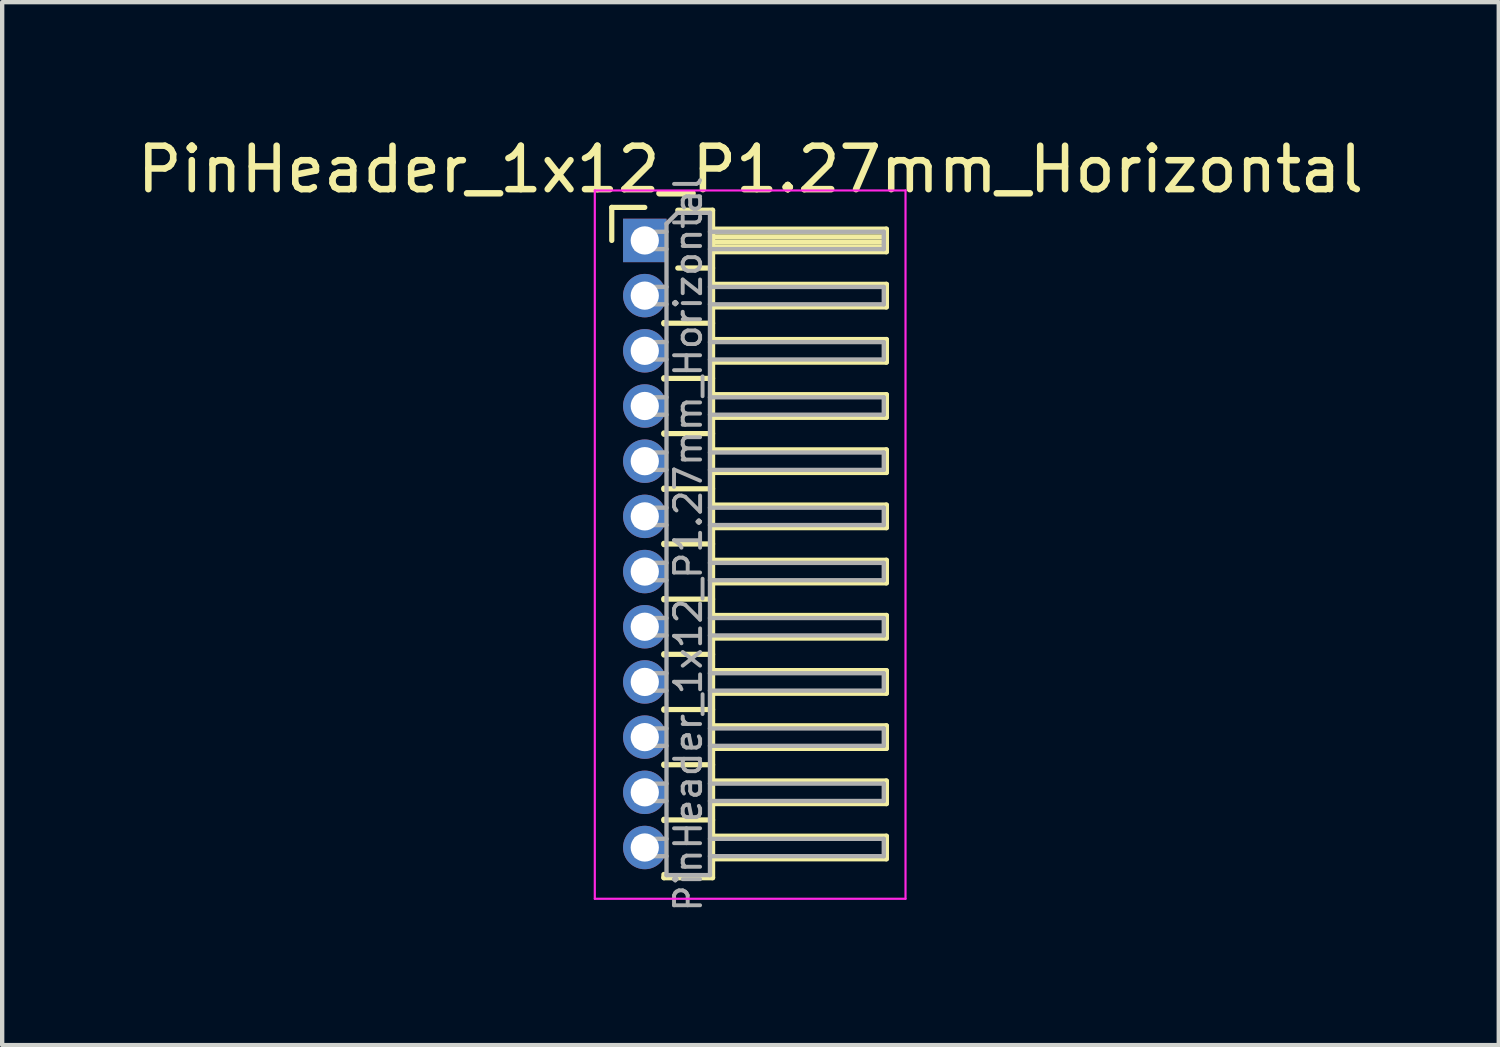
<source format=kicad_pcb>
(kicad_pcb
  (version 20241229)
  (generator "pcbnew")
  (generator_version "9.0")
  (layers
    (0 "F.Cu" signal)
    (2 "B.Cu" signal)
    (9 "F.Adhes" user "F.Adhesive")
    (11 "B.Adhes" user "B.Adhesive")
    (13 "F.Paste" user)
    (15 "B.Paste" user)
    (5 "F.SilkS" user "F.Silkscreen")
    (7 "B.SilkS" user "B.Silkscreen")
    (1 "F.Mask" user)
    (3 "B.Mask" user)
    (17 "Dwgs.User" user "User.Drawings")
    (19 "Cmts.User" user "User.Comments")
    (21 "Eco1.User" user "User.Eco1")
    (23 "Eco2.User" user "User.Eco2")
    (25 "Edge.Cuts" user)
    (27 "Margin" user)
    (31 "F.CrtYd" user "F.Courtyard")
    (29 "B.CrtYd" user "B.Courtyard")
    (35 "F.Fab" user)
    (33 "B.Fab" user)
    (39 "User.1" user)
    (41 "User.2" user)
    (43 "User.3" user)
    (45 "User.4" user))
  (footprint "PinHeader_1x12_P1.27mm_Horizontal"
    (layer "F.Cu")
    (at 11.788 2.483)
    (property "Reference" "PinHeader_1x12_P1.27mm_Horizontal" (at 2.433 -1.635 0) (layer "F.SilkS") (effects (font (size 1 1) (thickness 0.15))))
    (attr through_hole)
    (fp_line (start -0.76 -0.76) (end 0 -0.76) (stroke (width 0.12) (type solid)) (layer "F.SilkS"))
    (fp_line (start -0.76 0) (end -0.76 -0.76) (stroke (width 0.12) (type solid)) (layer "F.SilkS"))
    (fp_line (start 0.44 1.89) (end 0.44 1.92) (stroke (width 0.12) (type solid)) (layer "F.SilkS"))
    (fp_line (start 0.44 1.905) (end 1.56 1.905) (stroke (width 0.12) (type solid)) (layer "F.SilkS"))
    (fp_line (start 0.44 3.16) (end 0.44 3.19) (stroke (width 0.12) (type solid)) (layer "F.SilkS"))
    (fp_line (start 0.44 3.175) (end 1.56 3.175) (stroke (width 0.12) (type solid)) (layer "F.SilkS"))
    (fp_line (start 0.44 4.43) (end 0.44 4.46) (stroke (width 0.12) (type solid)) (layer "F.SilkS"))
    (fp_line (start 0.44 4.445) (end 1.56 4.445) (stroke (width 0.12) (type solid)) (layer "F.SilkS"))
    (fp_line (start 0.44 5.7) (end 0.44 5.73) (stroke (width 0.12) (type solid)) (layer "F.SilkS"))
    (fp_line (start 0.44 5.715) (end 1.56 5.715) (stroke (width 0.12) (type solid)) (layer "F.SilkS"))
    (fp_line (start 0.44 6.97) (end 0.44 7) (stroke (width 0.12) (type solid)) (layer "F.SilkS"))
    (fp_line (start 0.44 6.985) (end 1.56 6.985) (stroke (width 0.12) (type solid)) (layer "F.SilkS"))
    (fp_line (start 0.44 8.24) (end 0.44 8.27) (stroke (width 0.12) (type solid)) (layer "F.SilkS"))
    (fp_line (start 0.44 8.255) (end 1.56 8.255) (stroke (width 0.12) (type solid)) (layer "F.SilkS"))
    (fp_line (start 0.44 9.51) (end 0.44 9.54) (stroke (width 0.12) (type solid)) (layer "F.SilkS"))
    (fp_line (start 0.44 9.525) (end 1.56 9.525) (stroke (width 0.12) (type solid)) (layer "F.SilkS"))
    (fp_line (start 0.44 10.78) (end 0.44 10.81) (stroke (width 0.12) (type solid)) (layer "F.SilkS"))
    (fp_line (start 0.44 10.795) (end 1.56 10.795) (stroke (width 0.12) (type solid)) (layer "F.SilkS"))
    (fp_line (start 0.44 12.05) (end 0.44 12.08) (stroke (width 0.12) (type solid)) (layer "F.SilkS"))
    (fp_line (start 0.44 12.065) (end 1.56 12.065) (stroke (width 0.12) (type solid)) (layer "F.SilkS"))
    (fp_line (start 0.44 13.32) (end 0.44 13.35) (stroke (width 0.12) (type solid)) (layer "F.SilkS"))
    (fp_line (start 0.44 13.335) (end 1.56 13.335) (stroke (width 0.12) (type solid)) (layer "F.SilkS"))
    (fp_line (start 0.44 14.665) (end 0.44 14.59) (stroke (width 0.12) (type solid)) (layer "F.SilkS"))
    (fp_line (start 0.76 -0.695) (end 1.56 -0.695) (stroke (width 0.12) (type solid)) (layer "F.SilkS"))
    (fp_line (start 0.76 0.635) (end 1.56 0.635) (stroke (width 0.12) (type solid)) (layer "F.SilkS"))
    (fp_line (start 1.56 -0.695) (end 1.56 14.665) (stroke (width 0.12) (type solid)) (layer "F.SilkS"))
    (fp_line (start 1.56 -0.26) (end 5.56 -0.26) (stroke (width 0.12) (type solid)) (layer "F.SilkS"))
    (fp_line (start 1.56 -0.2) (end 5.56 -0.2) (stroke (width 0.12) (type solid)) (layer "F.SilkS"))
    (fp_line (start 1.56 -0.08) (end 5.56 -0.08) (stroke (width 0.12) (type solid)) (layer "F.SilkS"))
    (fp_line (start 1.56 0.04) (end 5.56 0.04) (stroke (width 0.12) (type solid)) (layer "F.SilkS"))
    (fp_line (start 1.56 0.16) (end 5.56 0.16) (stroke (width 0.12) (type solid)) (layer "F.SilkS"))
    (fp_line (start 1.56 1.01) (end 5.56 1.01) (stroke (width 0.12) (type solid)) (layer "F.SilkS"))
    (fp_line (start 1.56 2.28) (end 5.56 2.28) (stroke (width 0.12) (type solid)) (layer "F.SilkS"))
    (fp_line (start 1.56 3.55) (end 5.56 3.55) (stroke (width 0.12) (type solid)) (layer "F.SilkS"))
    (fp_line (start 1.56 4.82) (end 5.56 4.82) (stroke (width 0.12) (type solid)) (layer "F.SilkS"))
    (fp_line (start 1.56 6.09) (end 5.56 6.09) (stroke (width 0.12) (type solid)) (layer "F.SilkS"))
    (fp_line (start 1.56 7.36) (end 5.56 7.36) (stroke (width 0.12) (type solid)) (layer "F.SilkS"))
    (fp_line (start 1.56 8.63) (end 5.56 8.63) (stroke (width 0.12) (type solid)) (layer "F.SilkS"))
    (fp_line (start 1.56 9.9) (end 5.56 9.9) (stroke (width 0.12) (type solid)) (layer "F.SilkS"))
    (fp_line (start 1.56 11.17) (end 5.56 11.17) (stroke (width 0.12) (type solid)) (layer "F.SilkS"))
    (fp_line (start 1.56 12.44) (end 5.56 12.44) (stroke (width 0.12) (type solid)) (layer "F.SilkS"))
    (fp_line (start 1.56 13.71) (end 5.56 13.71) (stroke (width 0.12) (type solid)) (layer "F.SilkS"))
    (fp_line (start 1.56 14.665) (end 0.44 14.665) (stroke (width 0.12) (type solid)) (layer "F.SilkS"))
    (fp_line (start 5.56 -0.26) (end 5.56 0.26) (stroke (width 0.12) (type solid)) (layer "F.SilkS"))
    (fp_line (start 5.56 0.26) (end 1.56 0.26) (stroke (width 0.12) (type solid)) (layer "F.SilkS"))
    (fp_line (start 5.56 1.01) (end 5.56 1.53) (stroke (width 0.12) (type solid)) (layer "F.SilkS"))
    (fp_line (start 5.56 1.53) (end 1.56 1.53) (stroke (width 0.12) (type solid)) (layer "F.SilkS"))
    (fp_line (start 5.56 2.28) (end 5.56 2.8) (stroke (width 0.12) (type solid)) (layer "F.SilkS"))
    (fp_line (start 5.56 2.8) (end 1.56 2.8) (stroke (width 0.12) (type solid)) (layer "F.SilkS"))
    (fp_line (start 5.56 3.55) (end 5.56 4.07) (stroke (width 0.12) (type solid)) (layer "F.SilkS"))
    (fp_line (start 5.56 4.07) (end 1.56 4.07) (stroke (width 0.12) (type solid)) (layer "F.SilkS"))
    (fp_line (start 5.56 4.82) (end 5.56 5.34) (stroke (width 0.12) (type solid)) (layer "F.SilkS"))
    (fp_line (start 5.56 5.34) (end 1.56 5.34) (stroke (width 0.12) (type solid)) (layer "F.SilkS"))
    (fp_line (start 5.56 6.09) (end 5.56 6.61) (stroke (width 0.12) (type solid)) (layer "F.SilkS"))
    (fp_line (start 5.56 6.61) (end 1.56 6.61) (stroke (width 0.12) (type solid)) (layer "F.SilkS"))
    (fp_line (start 5.56 7.36) (end 5.56 7.88) (stroke (width 0.12) (type solid)) (layer "F.SilkS"))
    (fp_line (start 5.56 7.88) (end 1.56 7.88) (stroke (width 0.12) (type solid)) (layer "F.SilkS"))
    (fp_line (start 5.56 8.63) (end 5.56 9.15) (stroke (width 0.12) (type solid)) (layer "F.SilkS"))
    (fp_line (start 5.56 9.15) (end 1.56 9.15) (stroke (width 0.12) (type solid)) (layer "F.SilkS"))
    (fp_line (start 5.56 9.9) (end 5.56 10.42) (stroke (width 0.12) (type solid)) (layer "F.SilkS"))
    (fp_line (start 5.56 10.42) (end 1.56 10.42) (stroke (width 0.12) (type solid)) (layer "F.SilkS"))
    (fp_line (start 5.56 11.17) (end 5.56 11.69) (stroke (width 0.12) (type solid)) (layer "F.SilkS"))
    (fp_line (start 5.56 11.69) (end 1.56 11.69) (stroke (width 0.12) (type solid)) (layer "F.SilkS"))
    (fp_line (start 5.56 12.44) (end 5.56 12.96) (stroke (width 0.12) (type solid)) (layer "F.SilkS"))
    (fp_line (start 5.56 12.96) (end 1.56 12.96) (stroke (width 0.12) (type solid)) (layer "F.SilkS"))
    (fp_line (start 5.56 13.71) (end 5.56 14.23) (stroke (width 0.12) (type solid)) (layer "F.SilkS"))
    (fp_line (start 5.56 14.23) (end 1.56 14.23) (stroke (width 0.12) (type solid)) (layer "F.SilkS"))
    (fp_line (start -1.15 -1.15) (end -1.15 15.15) (stroke (width 0.05) (type solid)) (layer "F.CrtYd"))
    (fp_line (start -1.15 15.15) (end 6 15.15) (stroke (width 0.05) (type solid)) (layer "F.CrtYd"))
    (fp_line (start 6 -1.15) (end -1.15 -1.15) (stroke (width 0.05) (type solid)) (layer "F.CrtYd"))
    (fp_line (start 6 15.15) (end 6 -1.15) (stroke (width 0.05) (type solid)) (layer "F.CrtYd"))
    (fp_line (start -0.2 -0.2) (end -0.2 0.2) (stroke (width 0.1) (type solid)) (layer "F.Fab"))
    (fp_line (start -0.2 -0.2) (end 0.5 -0.2) (stroke (width 0.1) (type solid)) (layer "F.Fab"))
    (fp_line (start -0.2 0.2) (end 0.5 0.2) (stroke (width 0.1) (type solid)) (layer "F.Fab"))
    (fp_line (start -0.2 1.07) (end -0.2 1.47) (stroke (width 0.1) (type solid)) (layer "F.Fab"))
    (fp_line (start -0.2 1.07) (end 0.5 1.07) (stroke (width 0.1) (type solid)) (layer "F.Fab"))
    (fp_line (start -0.2 1.47) (end 0.5 1.47) (stroke (width 0.1) (type solid)) (layer "F.Fab"))
    (fp_line (start -0.2 2.34) (end -0.2 2.74) (stroke (width 0.1) (type solid)) (layer "F.Fab"))
    (fp_line (start -0.2 2.34) (end 0.5 2.34) (stroke (width 0.1) (type solid)) (layer "F.Fab"))
    (fp_line (start -0.2 2.74) (end 0.5 2.74) (stroke (width 0.1) (type solid)) (layer "F.Fab"))
    (fp_line (start -0.2 3.61) (end -0.2 4.01) (stroke (width 0.1) (type solid)) (layer "F.Fab"))
    (fp_line (start -0.2 3.61) (end 0.5 3.61) (stroke (width 0.1) (type solid)) (layer "F.Fab"))
    (fp_line (start -0.2 4.01) (end 0.5 4.01) (stroke (width 0.1) (type solid)) (layer "F.Fab"))
    (fp_line (start -0.2 4.88) (end -0.2 5.28) (stroke (width 0.1) (type solid)) (layer "F.Fab"))
    (fp_line (start -0.2 4.88) (end 0.5 4.88) (stroke (width 0.1) (type solid)) (layer "F.Fab"))
    (fp_line (start -0.2 5.28) (end 0.5 5.28) (stroke (width 0.1) (type solid)) (layer "F.Fab"))
    (fp_line (start -0.2 6.15) (end -0.2 6.55) (stroke (width 0.1) (type solid)) (layer "F.Fab"))
    (fp_line (start -0.2 6.15) (end 0.5 6.15) (stroke (width 0.1) (type solid)) (layer "F.Fab"))
    (fp_line (start -0.2 6.55) (end 0.5 6.55) (stroke (width 0.1) (type solid)) (layer "F.Fab"))
    (fp_line (start -0.2 7.42) (end -0.2 7.82) (stroke (width 0.1) (type solid)) (layer "F.Fab"))
    (fp_line (start -0.2 7.42) (end 0.5 7.42) (stroke (width 0.1) (type solid)) (layer "F.Fab"))
    (fp_line (start -0.2 7.82) (end 0.5 7.82) (stroke (width 0.1) (type solid)) (layer "F.Fab"))
    (fp_line (start -0.2 8.69) (end -0.2 9.09) (stroke (width 0.1) (type solid)) (layer "F.Fab"))
    (fp_line (start -0.2 8.69) (end 0.5 8.69) (stroke (width 0.1) (type solid)) (layer "F.Fab"))
    (fp_line (start -0.2 9.09) (end 0.5 9.09) (stroke (width 0.1) (type solid)) (layer "F.Fab"))
    (fp_line (start -0.2 9.96) (end -0.2 10.36) (stroke (width 0.1) (type solid)) (layer "F.Fab"))
    (fp_line (start -0.2 9.96) (end 0.5 9.96) (stroke (width 0.1) (type solid)) (layer "F.Fab"))
    (fp_line (start -0.2 10.36) (end 0.5 10.36) (stroke (width 0.1) (type solid)) (layer "F.Fab"))
    (fp_line (start -0.2 11.23) (end -0.2 11.63) (stroke (width 0.1) (type solid)) (layer "F.Fab"))
    (fp_line (start -0.2 11.23) (end 0.5 11.23) (stroke (width 0.1) (type solid)) (layer "F.Fab"))
    (fp_line (start -0.2 11.63) (end 0.5 11.63) (stroke (width 0.1) (type solid)) (layer "F.Fab"))
    (fp_line (start -0.2 12.5) (end -0.2 12.9) (stroke (width 0.1) (type solid)) (layer "F.Fab"))
    (fp_line (start -0.2 12.5) (end 0.5 12.5) (stroke (width 0.1) (type solid)) (layer "F.Fab"))
    (fp_line (start -0.2 12.9) (end 0.5 12.9) (stroke (width 0.1) (type solid)) (layer "F.Fab"))
    (fp_line (start -0.2 13.77) (end -0.2 14.17) (stroke (width 0.1) (type solid)) (layer "F.Fab"))
    (fp_line (start -0.2 13.77) (end 0.5 13.77) (stroke (width 0.1) (type solid)) (layer "F.Fab"))
    (fp_line (start -0.2 14.17) (end 0.5 14.17) (stroke (width 0.1) (type solid)) (layer "F.Fab"))
    (fp_line (start 0.5 -0.385) (end 0.75 -0.635) (stroke (width 0.1) (type solid)) (layer "F.Fab"))
    (fp_line (start 0.5 14.605) (end 0.5 -0.385) (stroke (width 0.1) (type solid)) (layer "F.Fab"))
    (fp_line (start 0.75 -0.635) (end 1.5 -0.635) (stroke (width 0.1) (type solid)) (layer "F.Fab"))
    (fp_line (start 1.5 -0.635) (end 1.5 14.605) (stroke (width 0.1) (type solid)) (layer "F.Fab"))
    (fp_line (start 1.5 -0.2) (end 5.5 -0.2) (stroke (width 0.1) (type solid)) (layer "F.Fab"))
    (fp_line (start 1.5 0.2) (end 5.5 0.2) (stroke (width 0.1) (type solid)) (layer "F.Fab"))
    (fp_line (start 1.5 1.07) (end 5.5 1.07) (stroke (width 0.1) (type solid)) (layer "F.Fab"))
    (fp_line (start 1.5 1.47) (end 5.5 1.47) (stroke (width 0.1) (type solid)) (layer "F.Fab"))
    (fp_line (start 1.5 2.34) (end 5.5 2.34) (stroke (width 0.1) (type solid)) (layer "F.Fab"))
    (fp_line (start 1.5 2.74) (end 5.5 2.74) (stroke (width 0.1) (type solid)) (layer "F.Fab"))
    (fp_line (start 1.5 3.61) (end 5.5 3.61) (stroke (width 0.1) (type solid)) (layer "F.Fab"))
    (fp_line (start 1.5 4.01) (end 5.5 4.01) (stroke (width 0.1) (type solid)) (layer "F.Fab"))
    (fp_line (start 1.5 4.88) (end 5.5 4.88) (stroke (width 0.1) (type solid)) (layer "F.Fab"))
    (fp_line (start 1.5 5.28) (end 5.5 5.28) (stroke (width 0.1) (type solid)) (layer "F.Fab"))
    (fp_line (start 1.5 6.15) (end 5.5 6.15) (stroke (width 0.1) (type solid)) (layer "F.Fab"))
    (fp_line (start 1.5 6.55) (end 5.5 6.55) (stroke (width 0.1) (type solid)) (layer "F.Fab"))
    (fp_line (start 1.5 7.42) (end 5.5 7.42) (stroke (width 0.1) (type solid)) (layer "F.Fab"))
    (fp_line (start 1.5 7.82) (end 5.5 7.82) (stroke (width 0.1) (type solid)) (layer "F.Fab"))
    (fp_line (start 1.5 8.69) (end 5.5 8.69) (stroke (width 0.1) (type solid)) (layer "F.Fab"))
    (fp_line (start 1.5 9.09) (end 5.5 9.09) (stroke (width 0.1) (type solid)) (layer "F.Fab"))
    (fp_line (start 1.5 9.96) (end 5.5 9.96) (stroke (width 0.1) (type solid)) (layer "F.Fab"))
    (fp_line (start 1.5 10.36) (end 5.5 10.36) (stroke (width 0.1) (type solid)) (layer "F.Fab"))
    (fp_line (start 1.5 11.23) (end 5.5 11.23) (stroke (width 0.1) (type solid)) (layer "F.Fab"))
    (fp_line (start 1.5 11.63) (end 5.5 11.63) (stroke (width 0.1) (type solid)) (layer "F.Fab"))
    (fp_line (start 1.5 12.5) (end 5.5 12.5) (stroke (width 0.1) (type solid)) (layer "F.Fab"))
    (fp_line (start 1.5 12.9) (end 5.5 12.9) (stroke (width 0.1) (type solid)) (layer "F.Fab"))
    (fp_line (start 1.5 13.77) (end 5.5 13.77) (stroke (width 0.1) (type solid)) (layer "F.Fab"))
    (fp_line (start 1.5 14.17) (end 5.5 14.17) (stroke (width 0.1) (type solid)) (layer "F.Fab"))
    (fp_line (start 1.5 14.605) (end 0.5 14.605) (stroke (width 0.1) (type solid)) (layer "F.Fab"))
    (fp_line (start 5.5 -0.2) (end 5.5 0.2) (stroke (width 0.1) (type solid)) (layer "F.Fab"))
    (fp_line (start 5.5 1.07) (end 5.5 1.47) (stroke (width 0.1) (type solid)) (layer "F.Fab"))
    (fp_line (start 5.5 2.34) (end 5.5 2.74) (stroke (width 0.1) (type solid)) (layer "F.Fab"))
    (fp_line (start 5.5 3.61) (end 5.5 4.01) (stroke (width 0.1) (type solid)) (layer "F.Fab"))
    (fp_line (start 5.5 4.88) (end 5.5 5.28) (stroke (width 0.1) (type solid)) (layer "F.Fab"))
    (fp_line (start 5.5 6.15) (end 5.5 6.55) (stroke (width 0.1) (type solid)) (layer "F.Fab"))
    (fp_line (start 5.5 7.42) (end 5.5 7.82) (stroke (width 0.1) (type solid)) (layer "F.Fab"))
    (fp_line (start 5.5 8.69) (end 5.5 9.09) (stroke (width 0.1) (type solid)) (layer "F.Fab"))
    (fp_line (start 5.5 9.96) (end 5.5 10.36) (stroke (width 0.1) (type solid)) (layer "F.Fab"))
    (fp_line (start 5.5 11.23) (end 5.5 11.63) (stroke (width 0.1) (type solid)) (layer "F.Fab"))
    (fp_line (start 5.5 12.5) (end 5.5 12.9) (stroke (width 0.1) (type solid)) (layer "F.Fab"))
    (fp_line (start 5.5 13.77) (end 5.5 14.17) (stroke (width 0.1) (type solid)) (layer "F.Fab"))
    (fp_text user "${REFERENCE}" (at 1 6.985 90) (layer "F.Fab") (effects (font (size 0.6 0.6) (thickness 0.09))))
    (pad "1" thru_hole rect (at 0 0) (size 1 1) (drill 0.65) (layers "*.Cu" "*.Mask"))
    (pad "2" thru_hole oval (at 0 1.27) (size 1 1) (drill 0.65) (layers "*.Cu" "*.Mask"))
    (pad "3" thru_hole oval (at 0 2.54) (size 1 1) (drill 0.65) (layers "*.Cu" "*.Mask"))
    (pad "4" thru_hole oval (at 0 3.81) (size 1 1) (drill 0.65) (layers "*.Cu" "*.Mask"))
    (pad "5" thru_hole oval (at 0 5.08) (size 1 1) (drill 0.65) (layers "*.Cu" "*.Mask"))
    (pad "6" thru_hole oval (at 0 6.35) (size 1 1) (drill 0.65) (layers "*.Cu" "*.Mask"))
    (pad "7" thru_hole oval (at 0 7.62) (size 1 1) (drill 0.65) (layers "*.Cu" "*.Mask"))
    (pad "8" thru_hole oval (at 0 8.89) (size 1 1) (drill 0.65) (layers "*.Cu" "*.Mask"))
    (pad "9" thru_hole oval (at 0 10.16) (size 1 1) (drill 0.65) (layers "*.Cu" "*.Mask"))
    (pad "10" thru_hole oval (at 0 11.43) (size 1 1) (drill 0.65) (layers "*.Cu" "*.Mask"))
    (pad "11" thru_hole oval (at 0 12.7) (size 1 1) (drill 0.65) (layers "*.Cu" "*.Mask"))
    (pad "12" thru_hole oval (at 0 13.97) (size 1 1) (drill 0.65) (layers "*.Cu" "*.Mask")))
  (gr_rect
    (start -3 -3)
    (end 31.44 21)
    (stroke (width 0.1) (type default))
    (fill no)
    (layer "Edge.Cuts")))
</source>
